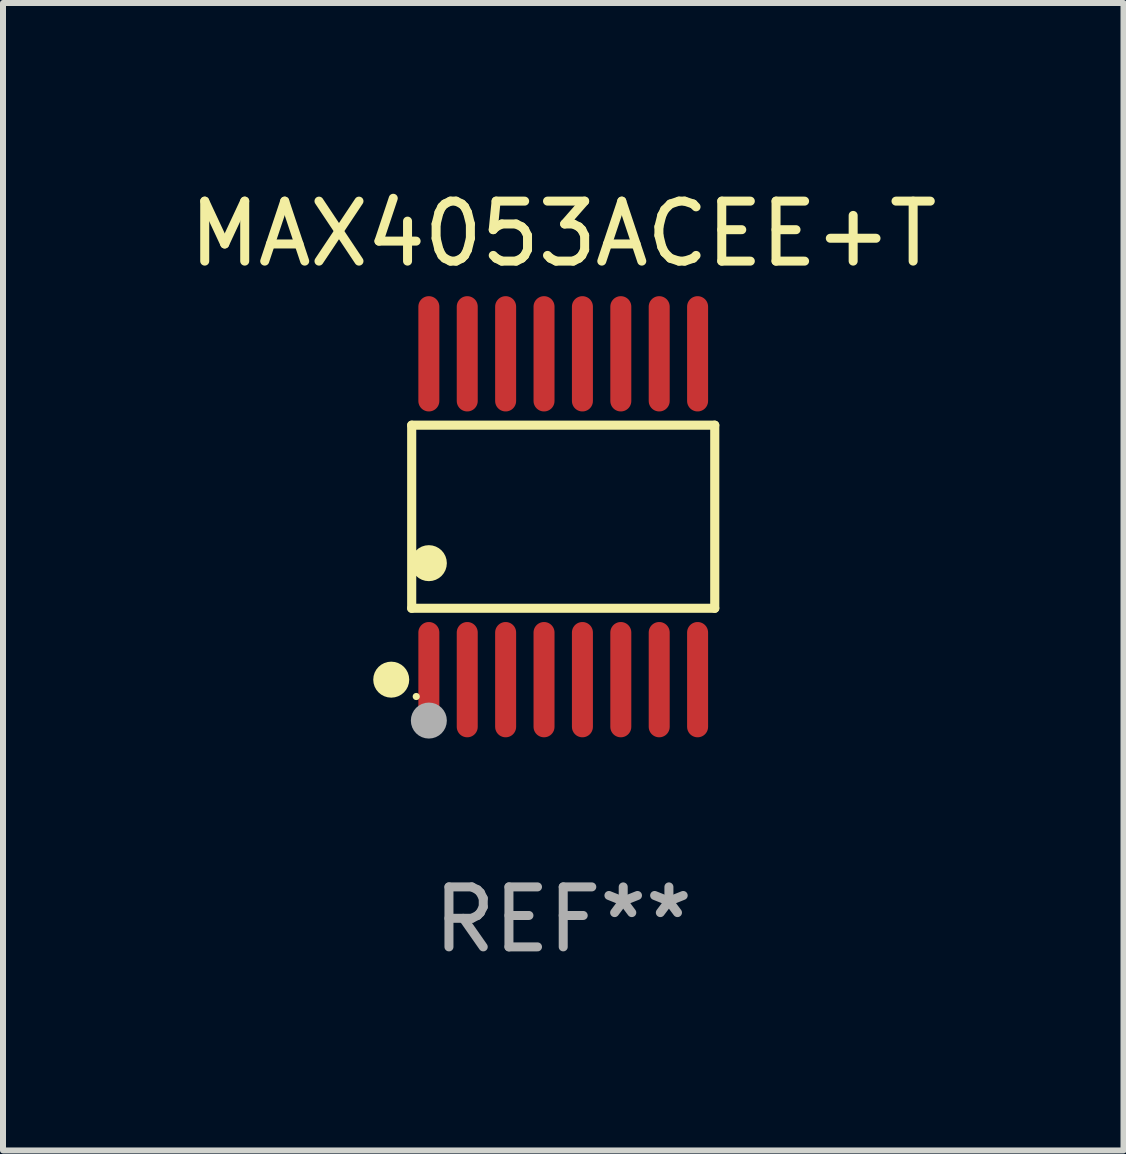
<source format=kicad_pcb>
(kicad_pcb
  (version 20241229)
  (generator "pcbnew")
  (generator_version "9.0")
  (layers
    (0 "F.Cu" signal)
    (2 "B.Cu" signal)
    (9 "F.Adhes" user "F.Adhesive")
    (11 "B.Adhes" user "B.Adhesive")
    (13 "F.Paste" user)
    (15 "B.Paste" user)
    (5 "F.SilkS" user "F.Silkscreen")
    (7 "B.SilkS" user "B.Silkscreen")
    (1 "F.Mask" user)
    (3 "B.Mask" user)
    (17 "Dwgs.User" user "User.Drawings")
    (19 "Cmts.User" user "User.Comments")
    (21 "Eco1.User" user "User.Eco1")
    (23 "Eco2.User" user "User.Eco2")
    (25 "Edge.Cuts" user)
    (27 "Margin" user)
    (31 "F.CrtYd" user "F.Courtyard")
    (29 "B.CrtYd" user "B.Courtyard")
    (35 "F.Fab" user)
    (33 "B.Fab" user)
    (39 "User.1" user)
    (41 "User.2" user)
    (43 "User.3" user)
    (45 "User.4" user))
  (footprint "MAX4053ACEE+T"
    (layer "F.Cu")
    (at 6.339 5.564)
    (property "Reference" "MAX4053ACEE+T" (at 0 -4.716 0) (layer "F.SilkS") (effects (font (size 1 1) (thickness 0.15))))
    (attr through_hole)
    (fp_line (start -2.526 -1.526) (end 2.526 -1.526) (stroke (width 0.152) (type solid)) (layer "F.SilkS"))
    (fp_line (start -2.526 1.526) (end -2.526 -1.526) (stroke (width 0.152) (type solid)) (layer "F.SilkS"))
    (fp_line (start 2.526 -1.526) (end 2.526 1.526) (stroke (width 0.152) (type solid)) (layer "F.SilkS"))
    (fp_line (start 2.526 1.526) (end -2.526 1.526) (stroke (width 0.152) (type solid)) (layer "F.SilkS"))
    (fp_circle (center -2.867 2.716) (end -2.717 2.716) (stroke (width 0.3) (type solid)) (fill no) (layer "F.SilkS"))
    (fp_circle (center -2.45 2.997) (end -2.42 2.997) (stroke (width 0.06) (type solid)) (fill no) (layer "F.SilkS"))
    (fp_circle (center -2.24 0.774) (end -2.09 0.774) (stroke (width 0.3) (type solid)) (fill no) (layer "F.SilkS"))
    (fp_circle (center -2.24 3.398) (end -2.09 3.398) (stroke (width 0.3) (type solid)) (fill no) (layer "F.Fab"))
    (fp_text user "REF**" (at 0 6.716 0) (layer "F.Fab") (effects (font (size 1 1) (thickness 0.15))))
    (pad "1" smd oval (at -2.24 2.716) (size 0.35 1.922) (layers "F.Cu" "F.Mask" "F.Paste"))
    (pad "2" smd oval (at -1.6 2.716) (size 0.35 1.922) (layers "F.Cu" "F.Mask" "F.Paste"))
    (pad "3" smd oval (at -0.96 2.716) (size 0.35 1.922) (layers "F.Cu" "F.Mask" "F.Paste"))
    (pad "4" smd oval (at -0.32 2.716) (size 0.35 1.922) (layers "F.Cu" "F.Mask" "F.Paste"))
    (pad "5" smd oval (at 0.32 2.716) (size 0.35 1.922) (layers "F.Cu" "F.Mask" "F.Paste"))
    (pad "6" smd oval (at 0.96 2.716) (size 0.35 1.922) (layers "F.Cu" "F.Mask" "F.Paste"))
    (pad "7" smd oval (at 1.6 2.716) (size 0.35 1.922) (layers "F.Cu" "F.Mask" "F.Paste"))
    (pad "8" smd oval (at 2.24 2.716) (size 0.35 1.922) (layers "F.Cu" "F.Mask" "F.Paste"))
    (pad "9" smd oval (at 2.24 -2.716) (size 0.35 1.922) (layers "F.Cu" "F.Mask" "F.Paste"))
    (pad "10" smd oval (at 1.6 -2.716) (size 0.35 1.922) (layers "F.Cu" "F.Mask" "F.Paste"))
    (pad "11" smd oval (at 0.96 -2.716) (size 0.35 1.922) (layers "F.Cu" "F.Mask" "F.Paste"))
    (pad "12" smd oval (at 0.32 -2.716) (size 0.35 1.922) (layers "F.Cu" "F.Mask" "F.Paste"))
    (pad "13" smd oval (at -0.32 -2.716) (size 0.35 1.922) (layers "F.Cu" "F.Mask" "F.Paste"))
    (pad "14" smd oval (at -0.96 -2.716) (size 0.35 1.922) (layers "F.Cu" "F.Mask" "F.Paste"))
    (pad "15" smd oval (at -1.6 -2.716) (size 0.35 1.922) (layers "F.Cu" "F.Mask" "F.Paste"))
    (pad "16" smd oval (at -2.24 -2.716) (size 0.35 1.922) (layers "F.Cu" "F.Mask" "F.Paste")))
  (gr_rect
    (start -3 -3)
    (end 15.679 16.128)
    (stroke (width 0.1) (type default))
    (fill no)
    (layer "Edge.Cuts")))
</source>
